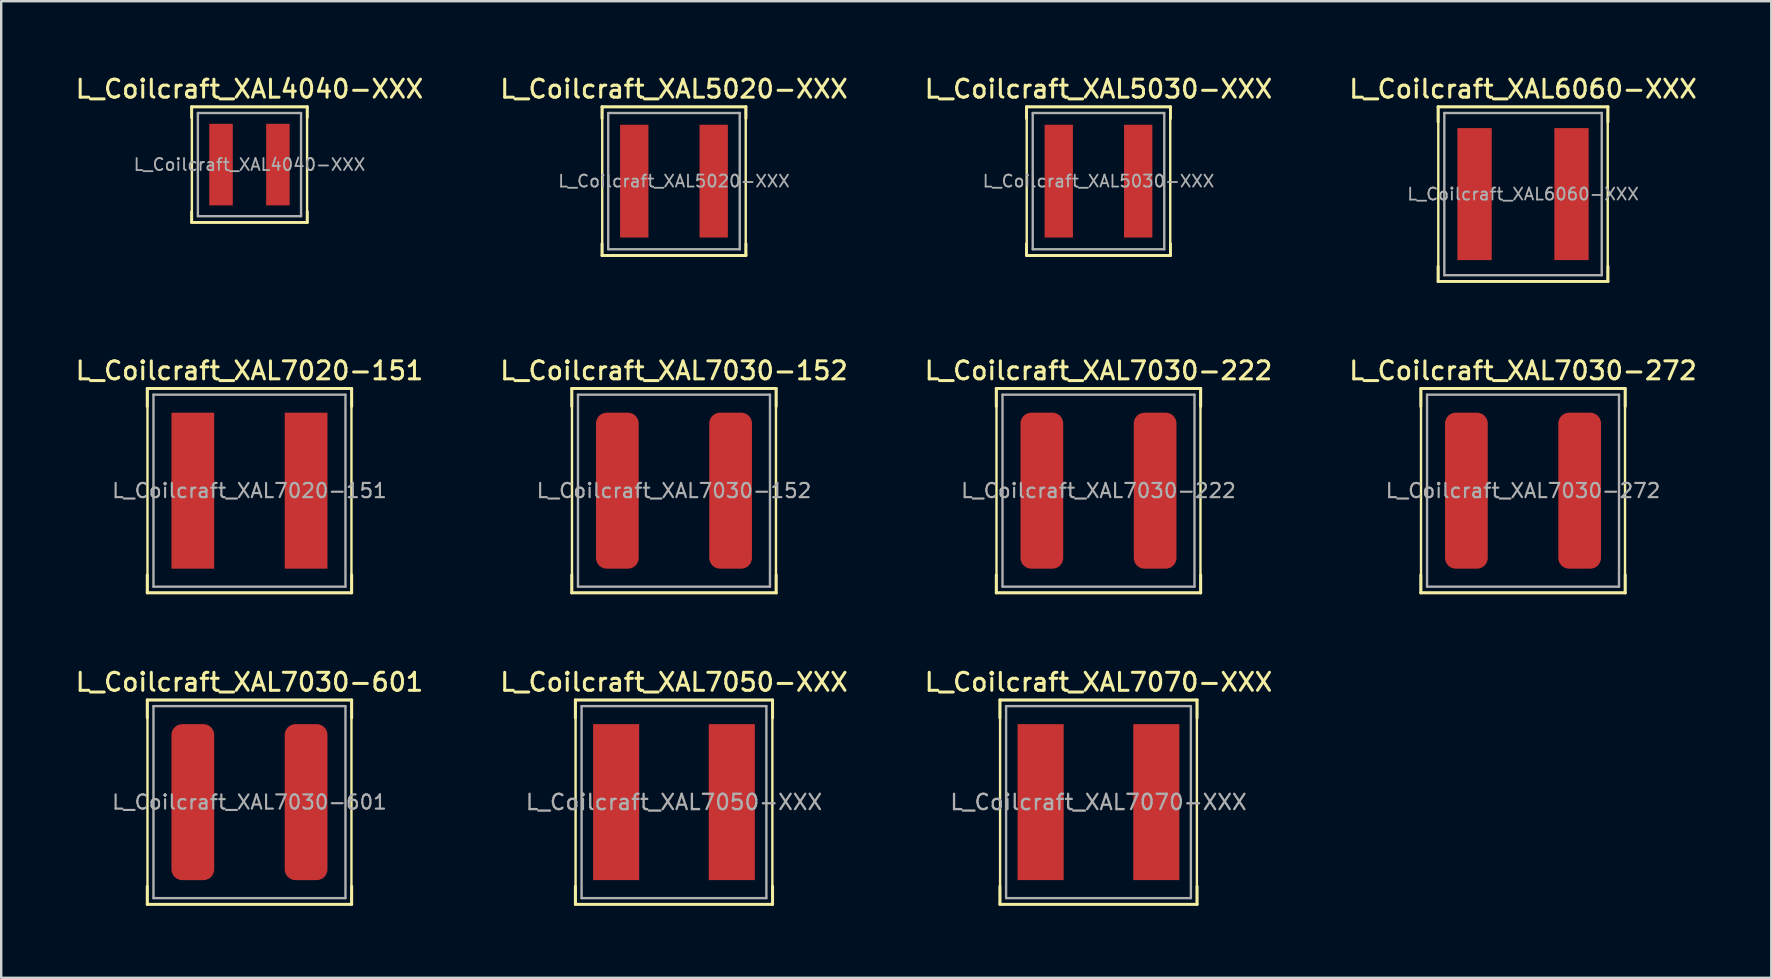
<source format=kicad_pcb>
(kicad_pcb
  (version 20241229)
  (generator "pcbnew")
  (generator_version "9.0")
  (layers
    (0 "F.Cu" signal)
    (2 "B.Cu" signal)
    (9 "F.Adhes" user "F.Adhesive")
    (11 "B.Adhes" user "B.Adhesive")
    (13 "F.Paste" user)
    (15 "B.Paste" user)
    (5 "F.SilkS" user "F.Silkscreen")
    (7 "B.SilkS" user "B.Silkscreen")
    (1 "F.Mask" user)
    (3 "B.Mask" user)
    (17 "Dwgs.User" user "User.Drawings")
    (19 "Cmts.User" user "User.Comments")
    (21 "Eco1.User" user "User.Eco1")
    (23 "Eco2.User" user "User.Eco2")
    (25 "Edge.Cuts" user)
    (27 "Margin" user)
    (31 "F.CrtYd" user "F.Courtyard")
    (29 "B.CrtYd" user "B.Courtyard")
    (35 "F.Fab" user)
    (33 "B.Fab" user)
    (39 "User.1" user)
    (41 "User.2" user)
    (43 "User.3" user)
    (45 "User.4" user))
  (footprint "L_Coilcraft_XAL7030-222"
    (layer "F.Cu")
    (at 42.723 17.396)
    (property "Reference" "L_Coilcraft_XAL7030-222" (at 0 -5 0) (layer "F.SilkS") (effects (font (size 0.75 0.75) (thickness 0.125))))
    (attr smd)
    (fp_line (start -4.26 -4.26) (end -4.26 -3.51) (stroke (width 0.12) (type solid)) (layer "F.SilkS"))
    (fp_line (start -4.26 -4.26) (end 4.26 -4.26) (stroke (width 0.12) (type solid)) (layer "F.SilkS"))
    (fp_line (start -4.26 4.26) (end -4.26 3.51) (stroke (width 0.12) (type solid)) (layer "F.SilkS"))
    (fp_line (start -4.26 4.26) (end 4.26 4.26) (stroke (width 0.12) (type solid)) (layer "F.SilkS"))
    (fp_line (start -4.25 -4.25) (end -4.25 4.25) (stroke (width 0.1) (type solid)) (layer "F.SilkS"))
    (fp_line (start -4.25 4.25) (end 4.25 4.25) (stroke (width 0.1) (type solid)) (layer "F.SilkS"))
    (fp_line (start 4.25 -4.25) (end -4.25 -4.25) (stroke (width 0.1) (type solid)) (layer "F.SilkS"))
    (fp_line (start 4.25 4.25) (end 4.25 -4.25) (stroke (width 0.1) (type solid)) (layer "F.SilkS"))
    (fp_line (start 4.26 -4.26) (end 4.26 -3.51) (stroke (width 0.12) (type solid)) (layer "F.SilkS"))
    (fp_line (start 4.26 4.26) (end 4.26 3.51) (stroke (width 0.12) (type solid)) (layer "F.SilkS"))
    (fp_line (start -4 -4) (end -4 4) (stroke (width 0.1) (type solid)) (layer "F.Fab"))
    (fp_line (start -4 4) (end 4 4) (stroke (width 0.1) (type solid)) (layer "F.Fab"))
    (fp_line (start 4 -4) (end -4 -4) (stroke (width 0.1) (type solid)) (layer "F.Fab"))
    (fp_line (start 4 4) (end 4 -4) (stroke (width 0.1) (type solid)) (layer "F.Fab"))
    (fp_text user "${REFERENCE}" (at 0 0 0) (layer "F.Fab") (effects (font (size 0.593 0.593) (thickness 0.089))))
    (pad "1" smd roundrect (at -2.36 0) (size 1.78 6.5) (layers "F.Cu" "F.Mask" "F.Paste") (roundrect_rratio 0.25))
    (pad "2" smd roundrect (at 2.36 0) (size 1.78 6.5) (layers "F.Cu" "F.Mask" "F.Paste") (roundrect_rratio 0.25)))
  (footprint "L_Coilcraft_XAL7020-151"
    (layer "F.Cu")
    (at 7.345 17.396)
    (property "Reference" "L_Coilcraft_XAL7020-151" (at 0 -5 0) (layer "F.SilkS") (effects (font (size 0.75 0.75) (thickness 0.125))))
    (attr smd)
    (fp_line (start -4.26 -4.26) (end -4.26 -3.51) (stroke (width 0.12) (type solid)) (layer "F.SilkS"))
    (fp_line (start -4.26 -4.26) (end 4.26 -4.26) (stroke (width 0.12) (type solid)) (layer "F.SilkS"))
    (fp_line (start -4.26 4.26) (end -4.26 3.51) (stroke (width 0.12) (type solid)) (layer "F.SilkS"))
    (fp_line (start -4.26 4.26) (end 4.26 4.26) (stroke (width 0.12) (type solid)) (layer "F.SilkS"))
    (fp_line (start -4.25 -4.25) (end -4.25 4.25) (stroke (width 0.1) (type solid)) (layer "F.SilkS"))
    (fp_line (start -4.25 4.25) (end 4.25 4.25) (stroke (width 0.1) (type solid)) (layer "F.SilkS"))
    (fp_line (start 4.25 -4.25) (end -4.25 -4.25) (stroke (width 0.1) (type solid)) (layer "F.SilkS"))
    (fp_line (start 4.25 4.25) (end 4.25 -4.25) (stroke (width 0.1) (type solid)) (layer "F.SilkS"))
    (fp_line (start 4.26 -4.26) (end 4.26 -3.51) (stroke (width 0.12) (type solid)) (layer "F.SilkS"))
    (fp_line (start 4.26 4.26) (end 4.26 3.51) (stroke (width 0.12) (type solid)) (layer "F.SilkS"))
    (fp_line (start -4 -4) (end -4 4) (stroke (width 0.1) (type solid)) (layer "F.Fab"))
    (fp_line (start -4 4) (end 4 4) (stroke (width 0.1) (type solid)) (layer "F.Fab"))
    (fp_line (start 4 -4) (end -4 -4) (stroke (width 0.1) (type solid)) (layer "F.Fab"))
    (fp_line (start 4 4) (end 4 -4) (stroke (width 0.1) (type solid)) (layer "F.Fab"))
    (fp_text user "${REFERENCE}" (at 0 0 0) (layer "F.Fab") (effects (font (size 0.593 0.593) (thickness 0.089))))
    (pad "1" smd rect (at -2.36 0) (size 1.78 6.5) (layers "F.Cu" "F.Mask" "F.Paste"))
    (pad "2" smd rect (at 2.36 0) (size 1.78 6.5) (layers "F.Cu" "F.Mask" "F.Paste")))
  (footprint "L_Coilcraft_XAL5020-XXX"
    (layer "F.Cu")
    (at 25.034 4.498)
    (property "Reference" "L_Coilcraft_XAL5020-XXX" (at 0 -3.84 0) (layer "F.SilkS") (effects (font (size 0.75 0.75) (thickness 0.125))))
    (attr smd)
    (fp_line (start -3 -3.1) (end -3 -2.61) (stroke (width 0.12) (type solid)) (layer "F.SilkS"))
    (fp_line (start -3 -3.1) (end 3 -3.1) (stroke (width 0.12) (type solid)) (layer "F.SilkS"))
    (fp_line (start -3 3.1) (end -3 2.61) (stroke (width 0.12) (type solid)) (layer "F.SilkS"))
    (fp_line (start -3 3.1) (end 3 3.1) (stroke (width 0.12) (type solid)) (layer "F.SilkS"))
    (fp_line (start -2.99 -3.09) (end -2.99 3.09) (stroke (width 0.1) (type solid)) (layer "F.SilkS"))
    (fp_line (start -2.99 3.09) (end 2.99 3.09) (stroke (width 0.1) (type solid)) (layer "F.SilkS"))
    (fp_line (start 2.99 -3.09) (end -2.99 -3.09) (stroke (width 0.1) (type solid)) (layer "F.SilkS"))
    (fp_line (start 2.99 3.09) (end 2.99 -3.09) (stroke (width 0.1) (type solid)) (layer "F.SilkS"))
    (fp_line (start 3 -3.1) (end 3 -2.61) (stroke (width 0.12) (type solid)) (layer "F.SilkS"))
    (fp_line (start 3 3.1) (end 3 2.61) (stroke (width 0.12) (type solid)) (layer "F.SilkS"))
    (fp_line (start -2.74 -2.84) (end -2.74 2.84) (stroke (width 0.1) (type solid)) (layer "F.Fab"))
    (fp_line (start -2.74 2.84) (end 2.74 2.84) (stroke (width 0.1) (type solid)) (layer "F.Fab"))
    (fp_line (start 2.74 -2.84) (end -2.74 -2.84) (stroke (width 0.1) (type solid)) (layer "F.Fab"))
    (fp_line (start 2.74 2.84) (end 2.74 -2.84) (stroke (width 0.1) (type solid)) (layer "F.Fab"))
    (fp_text user "${REFERENCE}" (at 0 0 0) (layer "F.Fab") (effects (font (size 0.5 0.5) (thickness 0.075))))
    (pad "1" smd rect (at -1.655 0) (size 1.18 4.7) (layers "F.Cu" "F.Mask" "F.Paste"))
    (pad "2" smd rect (at 1.655 0) (size 1.18 4.7) (layers "F.Cu" "F.Mask" "F.Paste")))
  (footprint "L_Coilcraft_XAL6060-XXX"
    (layer "F.Cu")
    (at 60.413 5.038)
    (property "Reference" "L_Coilcraft_XAL6060-XXX" (at 0 -4.38 0) (layer "F.SilkS") (effects (font (size 0.75 0.75) (thickness 0.125))))
    (attr smd)
    (fp_line (start -3.54 -3.64) (end -3.54 -3.01) (stroke (width 0.12) (type solid)) (layer "F.SilkS"))
    (fp_line (start -3.54 -3.64) (end 3.54 -3.64) (stroke (width 0.12) (type solid)) (layer "F.SilkS"))
    (fp_line (start -3.54 3.64) (end -3.54 3.01) (stroke (width 0.12) (type solid)) (layer "F.SilkS"))
    (fp_line (start -3.54 3.64) (end 3.54 3.64) (stroke (width 0.12) (type solid)) (layer "F.SilkS"))
    (fp_line (start -3.53 -3.63) (end -3.53 3.63) (stroke (width 0.1) (type solid)) (layer "F.SilkS"))
    (fp_line (start -3.53 3.63) (end 3.53 3.63) (stroke (width 0.1) (type solid)) (layer "F.SilkS"))
    (fp_line (start 3.53 -3.63) (end -3.53 -3.63) (stroke (width 0.1) (type solid)) (layer "F.SilkS"))
    (fp_line (start 3.53 3.63) (end 3.53 -3.63) (stroke (width 0.1) (type solid)) (layer "F.SilkS"))
    (fp_line (start 3.54 -3.64) (end 3.54 -3.01) (stroke (width 0.12) (type solid)) (layer "F.SilkS"))
    (fp_line (start 3.54 3.64) (end 3.54 3.01) (stroke (width 0.12) (type solid)) (layer "F.SilkS"))
    (fp_line (start -3.28 -3.38) (end -3.28 3.38) (stroke (width 0.1) (type solid)) (layer "F.Fab"))
    (fp_line (start -3.28 3.38) (end 3.28 3.38) (stroke (width 0.1) (type solid)) (layer "F.Fab"))
    (fp_line (start 3.28 -3.38) (end -3.28 -3.38) (stroke (width 0.1) (type solid)) (layer "F.Fab"))
    (fp_line (start 3.28 3.38) (end 3.28 -3.38) (stroke (width 0.1) (type solid)) (layer "F.Fab"))
    (fp_text user "${REFERENCE}" (at 0 0 0) (layer "F.Fab") (effects (font (size 0.5 0.5) (thickness 0.075))))
    (pad "1" smd rect (at -2.02 0) (size 1.43 5.5) (layers "F.Cu" "F.Mask" "F.Paste"))
    (pad "2" smd rect (at 2.02 0) (size 1.43 5.5) (layers "F.Cu" "F.Mask" "F.Paste")))
  (footprint "L_Coilcraft_XAL5030-XXX"
    (layer "F.Cu")
    (at 42.723 4.498)
    (property "Reference" "L_Coilcraft_XAL5030-XXX" (at 0 -3.84 0) (layer "F.SilkS") (effects (font (size 0.75 0.75) (thickness 0.125))))
    (attr smd)
    (fp_line (start -3 -3.1) (end -3 -2.61) (stroke (width 0.12) (type solid)) (layer "F.SilkS"))
    (fp_line (start -3 -3.1) (end 3 -3.1) (stroke (width 0.12) (type solid)) (layer "F.SilkS"))
    (fp_line (start -3 3.1) (end -3 2.61) (stroke (width 0.12) (type solid)) (layer "F.SilkS"))
    (fp_line (start -3 3.1) (end 3 3.1) (stroke (width 0.12) (type solid)) (layer "F.SilkS"))
    (fp_line (start -2.99 -3.09) (end -2.99 3.09) (stroke (width 0.1) (type solid)) (layer "F.SilkS"))
    (fp_line (start -2.99 3.09) (end 2.99 3.09) (stroke (width 0.1) (type solid)) (layer "F.SilkS"))
    (fp_line (start 2.99 -3.09) (end -2.99 -3.09) (stroke (width 0.1) (type solid)) (layer "F.SilkS"))
    (fp_line (start 2.99 3.09) (end 2.99 -3.09) (stroke (width 0.1) (type solid)) (layer "F.SilkS"))
    (fp_line (start 3 -3.1) (end 3 -2.61) (stroke (width 0.12) (type solid)) (layer "F.SilkS"))
    (fp_line (start 3 3.1) (end 3 2.61) (stroke (width 0.12) (type solid)) (layer "F.SilkS"))
    (fp_line (start -2.74 -2.84) (end -2.74 2.84) (stroke (width 0.1) (type solid)) (layer "F.Fab"))
    (fp_line (start -2.74 2.84) (end 2.74 2.84) (stroke (width 0.1) (type solid)) (layer "F.Fab"))
    (fp_line (start 2.74 -2.84) (end -2.74 -2.84) (stroke (width 0.1) (type solid)) (layer "F.Fab"))
    (fp_line (start 2.74 2.84) (end 2.74 -2.84) (stroke (width 0.1) (type solid)) (layer "F.Fab"))
    (fp_text user "${REFERENCE}" (at 0 0 0) (layer "F.Fab") (effects (font (size 0.5 0.5) (thickness 0.075))))
    (pad "1" smd rect (at -1.655 0) (size 1.18 4.7) (layers "F.Cu" "F.Mask" "F.Paste"))
    (pad "2" smd rect (at 1.655 0) (size 1.18 4.7) (layers "F.Cu" "F.Mask" "F.Paste")))
  (footprint "L_Coilcraft_XAL7070-XXX"
    (layer "F.Cu")
    (at 42.723 30.374)
    (property "Reference" "L_Coilcraft_XAL7070-XXX" (at 0 -5 0) (layer "F.SilkS") (effects (font (size 0.75 0.75) (thickness 0.125))))
    (attr smd)
    (fp_line (start -4.11 -4.26) (end -4.11 -3.51) (stroke (width 0.12) (type solid)) (layer "F.SilkS"))
    (fp_line (start -4.11 -4.26) (end 4.11 -4.26) (stroke (width 0.12) (type solid)) (layer "F.SilkS"))
    (fp_line (start -4.11 4.26) (end -4.11 3.51) (stroke (width 0.12) (type solid)) (layer "F.SilkS"))
    (fp_line (start -4.11 4.26) (end 4.11 4.26) (stroke (width 0.12) (type solid)) (layer "F.SilkS"))
    (fp_line (start -4.1 -4.25) (end -4.1 4.25) (stroke (width 0.1) (type solid)) (layer "F.SilkS"))
    (fp_line (start -4.1 4.25) (end 4.1 4.25) (stroke (width 0.1) (type solid)) (layer "F.SilkS"))
    (fp_line (start 4.1 -4.25) (end -4.1 -4.25) (stroke (width 0.1) (type solid)) (layer "F.SilkS"))
    (fp_line (start 4.1 4.25) (end 4.1 -4.25) (stroke (width 0.1) (type solid)) (layer "F.SilkS"))
    (fp_line (start 4.11 -4.26) (end 4.11 -3.51) (stroke (width 0.12) (type solid)) (layer "F.SilkS"))
    (fp_line (start 4.11 4.26) (end 4.11 3.51) (stroke (width 0.12) (type solid)) (layer "F.SilkS"))
    (fp_line (start -3.85 -4) (end -3.85 4) (stroke (width 0.1) (type solid)) (layer "F.Fab"))
    (fp_line (start -3.85 4) (end 3.85 4) (stroke (width 0.1) (type solid)) (layer "F.Fab"))
    (fp_line (start 3.85 -4) (end -3.85 -4) (stroke (width 0.1) (type solid)) (layer "F.Fab"))
    (fp_line (start 3.85 4) (end 3.85 -4) (stroke (width 0.1) (type solid)) (layer "F.Fab"))
    (fp_text user "${REFERENCE}" (at 0 0 0) (layer "F.Fab") (effects (font (size 0.64 0.64) (thickness 0.096))))
    (pad "1" smd rect (at -2.41 0) (size 1.92 6.5) (layers "F.Cu" "F.Mask" "F.Paste"))
    (pad "2" smd rect (at 2.41 0) (size 1.92 6.5) (layers "F.Cu" "F.Mask" "F.Paste")))
  (footprint "L_Coilcraft_XAL7030-272"
    (layer "F.Cu")
    (at 60.413 17.396)
    (property "Reference" "L_Coilcraft_XAL7030-272" (at 0 -5 0) (layer "F.SilkS") (effects (font (size 0.75 0.75) (thickness 0.125))))
    (attr smd)
    (fp_line (start -4.26 -4.26) (end -4.26 -3.51) (stroke (width 0.12) (type solid)) (layer "F.SilkS"))
    (fp_line (start -4.26 -4.26) (end 4.26 -4.26) (stroke (width 0.12) (type solid)) (layer "F.SilkS"))
    (fp_line (start -4.26 4.26) (end -4.26 3.51) (stroke (width 0.12) (type solid)) (layer "F.SilkS"))
    (fp_line (start -4.26 4.26) (end 4.26 4.26) (stroke (width 0.12) (type solid)) (layer "F.SilkS"))
    (fp_line (start -4.25 -4.25) (end -4.25 4.25) (stroke (width 0.1) (type solid)) (layer "F.SilkS"))
    (fp_line (start -4.25 4.25) (end 4.25 4.25) (stroke (width 0.1) (type solid)) (layer "F.SilkS"))
    (fp_line (start 4.25 -4.25) (end -4.25 -4.25) (stroke (width 0.1) (type solid)) (layer "F.SilkS"))
    (fp_line (start 4.25 4.25) (end 4.25 -4.25) (stroke (width 0.1) (type solid)) (layer "F.SilkS"))
    (fp_line (start 4.26 -4.26) (end 4.26 -3.51) (stroke (width 0.12) (type solid)) (layer "F.SilkS"))
    (fp_line (start 4.26 4.26) (end 4.26 3.51) (stroke (width 0.12) (type solid)) (layer "F.SilkS"))
    (fp_line (start -4 -4) (end -4 4) (stroke (width 0.1) (type solid)) (layer "F.Fab"))
    (fp_line (start -4 4) (end 4 4) (stroke (width 0.1) (type solid)) (layer "F.Fab"))
    (fp_line (start 4 -4) (end -4 -4) (stroke (width 0.1) (type solid)) (layer "F.Fab"))
    (fp_line (start 4 4) (end 4 -4) (stroke (width 0.1) (type solid)) (layer "F.Fab"))
    (fp_text user "${REFERENCE}" (at 0 0 0) (layer "F.Fab") (effects (font (size 0.593 0.593) (thickness 0.089))))
    (pad "1" smd roundrect (at -2.36 0) (size 1.78 6.5) (layers "F.Cu" "F.Mask" "F.Paste") (roundrect_rratio 0.25))
    (pad "2" smd roundrect (at 2.36 0) (size 1.78 6.5) (layers "F.Cu" "F.Mask" "F.Paste") (roundrect_rratio 0.25)))
  (footprint "L_Coilcraft_XAL7030-152"
    (layer "F.Cu")
    (at 25.034 17.396)
    (property "Reference" "L_Coilcraft_XAL7030-152" (at 0 -5 0) (layer "F.SilkS") (effects (font (size 0.75 0.75) (thickness 0.125))))
    (attr smd)
    (fp_line (start -4.26 -4.26) (end -4.26 -3.51) (stroke (width 0.12) (type solid)) (layer "F.SilkS"))
    (fp_line (start -4.26 -4.26) (end 4.26 -4.26) (stroke (width 0.12) (type solid)) (layer "F.SilkS"))
    (fp_line (start -4.26 4.26) (end -4.26 3.51) (stroke (width 0.12) (type solid)) (layer "F.SilkS"))
    (fp_line (start -4.26 4.26) (end 4.26 4.26) (stroke (width 0.12) (type solid)) (layer "F.SilkS"))
    (fp_line (start -4.25 -4.25) (end -4.25 4.25) (stroke (width 0.1) (type solid)) (layer "F.SilkS"))
    (fp_line (start -4.25 4.25) (end 4.25 4.25) (stroke (width 0.1) (type solid)) (layer "F.SilkS"))
    (fp_line (start 4.25 -4.25) (end -4.25 -4.25) (stroke (width 0.1) (type solid)) (layer "F.SilkS"))
    (fp_line (start 4.25 4.25) (end 4.25 -4.25) (stroke (width 0.1) (type solid)) (layer "F.SilkS"))
    (fp_line (start 4.26 -4.26) (end 4.26 -3.51) (stroke (width 0.12) (type solid)) (layer "F.SilkS"))
    (fp_line (start 4.26 4.26) (end 4.26 3.51) (stroke (width 0.12) (type solid)) (layer "F.SilkS"))
    (fp_line (start -4 -4) (end -4 4) (stroke (width 0.1) (type solid)) (layer "F.Fab"))
    (fp_line (start -4 4) (end 4 4) (stroke (width 0.1) (type solid)) (layer "F.Fab"))
    (fp_line (start 4 -4) (end -4 -4) (stroke (width 0.1) (type solid)) (layer "F.Fab"))
    (fp_line (start 4 4) (end 4 -4) (stroke (width 0.1) (type solid)) (layer "F.Fab"))
    (fp_text user "${REFERENCE}" (at 0 0 0) (layer "F.Fab") (effects (font (size 0.593 0.593) (thickness 0.089))))
    (pad "1" smd roundrect (at -2.36 0) (size 1.78 6.5) (layers "F.Cu" "F.Mask" "F.Paste") (roundrect_rratio 0.25))
    (pad "2" smd roundrect (at 2.36 0) (size 1.78 6.5) (layers "F.Cu" "F.Mask" "F.Paste") (roundrect_rratio 0.25)))
  (footprint "L_Coilcraft_XAL7050-XXX"
    (layer "F.Cu")
    (at 25.034 30.374)
    (property "Reference" "L_Coilcraft_XAL7050-XXX" (at 0 -5 0) (layer "F.SilkS") (effects (font (size 0.75 0.75) (thickness 0.125))))
    (attr smd)
    (fp_line (start -4.11 -4.26) (end -4.11 -3.51) (stroke (width 0.12) (type solid)) (layer "F.SilkS"))
    (fp_line (start -4.11 -4.26) (end 4.11 -4.26) (stroke (width 0.12) (type solid)) (layer "F.SilkS"))
    (fp_line (start -4.11 4.26) (end -4.11 3.51) (stroke (width 0.12) (type solid)) (layer "F.SilkS"))
    (fp_line (start -4.11 4.26) (end 4.11 4.26) (stroke (width 0.12) (type solid)) (layer "F.SilkS"))
    (fp_line (start -4.1 -4.25) (end -4.1 4.25) (stroke (width 0.1) (type solid)) (layer "F.SilkS"))
    (fp_line (start -4.1 4.25) (end 4.1 4.25) (stroke (width 0.1) (type solid)) (layer "F.SilkS"))
    (fp_line (start 4.1 -4.25) (end -4.1 -4.25) (stroke (width 0.1) (type solid)) (layer "F.SilkS"))
    (fp_line (start 4.1 4.25) (end 4.1 -4.25) (stroke (width 0.1) (type solid)) (layer "F.SilkS"))
    (fp_line (start 4.11 -4.26) (end 4.11 -3.51) (stroke (width 0.12) (type solid)) (layer "F.SilkS"))
    (fp_line (start 4.11 4.26) (end 4.11 3.51) (stroke (width 0.12) (type solid)) (layer "F.SilkS"))
    (fp_line (start -3.85 -4) (end -3.85 4) (stroke (width 0.1) (type solid)) (layer "F.Fab"))
    (fp_line (start -3.85 4) (end 3.85 4) (stroke (width 0.1) (type solid)) (layer "F.Fab"))
    (fp_line (start 3.85 -4) (end -3.85 -4) (stroke (width 0.1) (type solid)) (layer "F.Fab"))
    (fp_line (start 3.85 4) (end 3.85 -4) (stroke (width 0.1) (type solid)) (layer "F.Fab"))
    (fp_text user "${REFERENCE}" (at 0 0 0) (layer "F.Fab") (effects (font (size 0.64 0.64) (thickness 0.096))))
    (pad "1" smd rect (at -2.41 0) (size 1.92 6.5) (layers "F.Cu" "F.Mask" "F.Paste"))
    (pad "2" smd rect (at 2.41 0) (size 1.92 6.5) (layers "F.Cu" "F.Mask" "F.Paste")))
  (footprint "L_Coilcraft_XAL4040-XXX"
    (layer "F.Cu")
    (at 7.345 3.808)
    (property "Reference" "L_Coilcraft_XAL4040-XXX" (at 0 -3.15 0) (layer "F.SilkS") (effects (font (size 0.75 0.75) (thickness 0.125))))
    (attr smd)
    (fp_line (start -2.41 -2.41) (end -2.41 -1.96) (stroke (width 0.12) (type solid)) (layer "F.SilkS"))
    (fp_line (start -2.41 -2.41) (end 2.41 -2.41) (stroke (width 0.12) (type solid)) (layer "F.SilkS"))
    (fp_line (start -2.41 2.41) (end -2.41 1.96) (stroke (width 0.12) (type solid)) (layer "F.SilkS"))
    (fp_line (start -2.41 2.41) (end 2.41 2.41) (stroke (width 0.12) (type solid)) (layer "F.SilkS"))
    (fp_line (start -2.4 -2.4) (end -2.4 2.4) (stroke (width 0.1) (type solid)) (layer "F.SilkS"))
    (fp_line (start -2.4 2.4) (end 2.4 2.4) (stroke (width 0.1) (type solid)) (layer "F.SilkS"))
    (fp_line (start 2.4 -2.4) (end -2.4 -2.4) (stroke (width 0.1) (type solid)) (layer "F.SilkS"))
    (fp_line (start 2.4 2.4) (end 2.4 -2.4) (stroke (width 0.1) (type solid)) (layer "F.SilkS"))
    (fp_line (start 2.41 -2.41) (end 2.41 -1.96) (stroke (width 0.12) (type solid)) (layer "F.SilkS"))
    (fp_line (start 2.41 2.41) (end 2.41 1.96) (stroke (width 0.12) (type solid)) (layer "F.SilkS"))
    (fp_line (start -2.15 -2.15) (end -2.15 2.15) (stroke (width 0.1) (type solid)) (layer "F.Fab"))
    (fp_line (start -2.15 2.15) (end 2.15 2.15) (stroke (width 0.1) (type solid)) (layer "F.Fab"))
    (fp_line (start 2.15 -2.15) (end -2.15 -2.15) (stroke (width 0.1) (type solid)) (layer "F.Fab"))
    (fp_line (start 2.15 2.15) (end 2.15 -2.15) (stroke (width 0.1) (type solid)) (layer "F.Fab"))
    (fp_text user "${REFERENCE}" (at 0 0 0) (layer "F.Fab") (effects (font (size 0.5 0.5) (thickness 0.075))))
    (pad "1" smd rect (at -1.185 0) (size 0.98 3.4) (layers "F.Cu" "F.Mask" "F.Paste"))
    (pad "2" smd rect (at 1.185 0) (size 0.98 3.4) (layers "F.Cu" "F.Mask" "F.Paste")))
  (footprint "L_Coilcraft_XAL7030-601"
    (layer "F.Cu")
    (at 7.345 30.374)
    (property "Reference" "L_Coilcraft_XAL7030-601" (at 0 -5 0) (layer "F.SilkS") (effects (font (size 0.75 0.75) (thickness 0.125))))
    (attr smd)
    (fp_line (start -4.26 -4.26) (end -4.26 -3.51) (stroke (width 0.12) (type solid)) (layer "F.SilkS"))
    (fp_line (start -4.26 -4.26) (end 4.26 -4.26) (stroke (width 0.12) (type solid)) (layer "F.SilkS"))
    (fp_line (start -4.26 4.26) (end -4.26 3.51) (stroke (width 0.12) (type solid)) (layer "F.SilkS"))
    (fp_line (start -4.26 4.26) (end 4.26 4.26) (stroke (width 0.12) (type solid)) (layer "F.SilkS"))
    (fp_line (start -4.25 -4.25) (end -4.25 4.25) (stroke (width 0.1) (type solid)) (layer "F.SilkS"))
    (fp_line (start -4.25 4.25) (end 4.25 4.25) (stroke (width 0.1) (type solid)) (layer "F.SilkS"))
    (fp_line (start 4.25 -4.25) (end -4.25 -4.25) (stroke (width 0.1) (type solid)) (layer "F.SilkS"))
    (fp_line (start 4.25 4.25) (end 4.25 -4.25) (stroke (width 0.1) (type solid)) (layer "F.SilkS"))
    (fp_line (start 4.26 -4.26) (end 4.26 -3.51) (stroke (width 0.12) (type solid)) (layer "F.SilkS"))
    (fp_line (start 4.26 4.26) (end 4.26 3.51) (stroke (width 0.12) (type solid)) (layer "F.SilkS"))
    (fp_line (start -4 -4) (end -4 4) (stroke (width 0.1) (type solid)) (layer "F.Fab"))
    (fp_line (start -4 4) (end 4 4) (stroke (width 0.1) (type solid)) (layer "F.Fab"))
    (fp_line (start 4 -4) (end -4 -4) (stroke (width 0.1) (type solid)) (layer "F.Fab"))
    (fp_line (start 4 4) (end 4 -4) (stroke (width 0.1) (type solid)) (layer "F.Fab"))
    (fp_text user "${REFERENCE}" (at 0 0 0) (layer "F.Fab") (effects (font (size 0.593 0.593) (thickness 0.089))))
    (pad "1" smd roundrect (at -2.36 0) (size 1.78 6.5) (layers "F.Cu" "F.Mask" "F.Paste") (roundrect_rratio 0.25))
    (pad "2" smd roundrect (at 2.36 0) (size 1.78 6.5) (layers "F.Cu" "F.Mask" "F.Paste") (roundrect_rratio 0.25)))
  (gr_rect
    (start -3 -3)
    (end 70.757 37.694)
    (stroke (width 0.1) (type default))
    (fill no)
    (layer "Edge.Cuts")))
</source>
